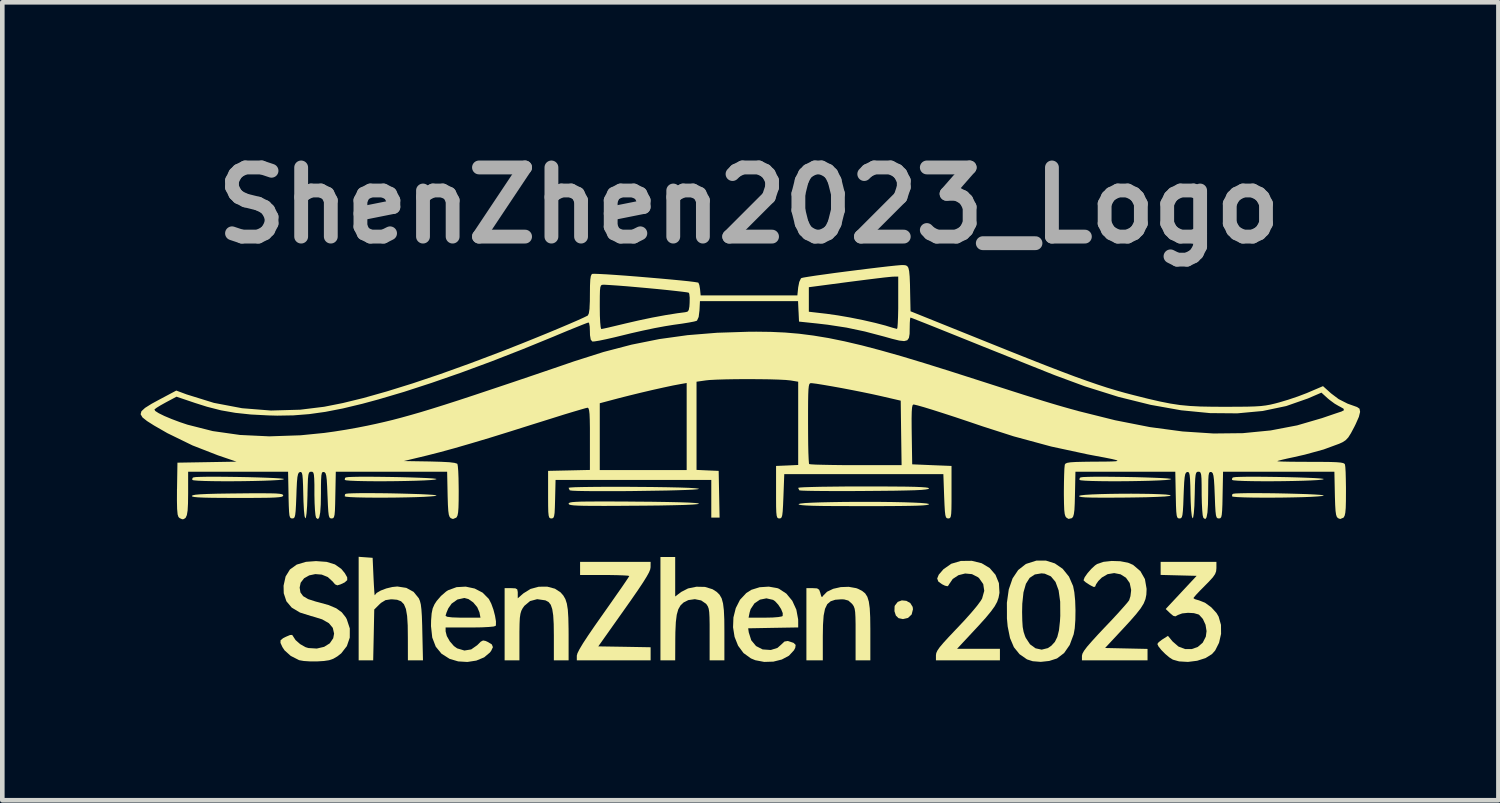
<source format=kicad_pcb>
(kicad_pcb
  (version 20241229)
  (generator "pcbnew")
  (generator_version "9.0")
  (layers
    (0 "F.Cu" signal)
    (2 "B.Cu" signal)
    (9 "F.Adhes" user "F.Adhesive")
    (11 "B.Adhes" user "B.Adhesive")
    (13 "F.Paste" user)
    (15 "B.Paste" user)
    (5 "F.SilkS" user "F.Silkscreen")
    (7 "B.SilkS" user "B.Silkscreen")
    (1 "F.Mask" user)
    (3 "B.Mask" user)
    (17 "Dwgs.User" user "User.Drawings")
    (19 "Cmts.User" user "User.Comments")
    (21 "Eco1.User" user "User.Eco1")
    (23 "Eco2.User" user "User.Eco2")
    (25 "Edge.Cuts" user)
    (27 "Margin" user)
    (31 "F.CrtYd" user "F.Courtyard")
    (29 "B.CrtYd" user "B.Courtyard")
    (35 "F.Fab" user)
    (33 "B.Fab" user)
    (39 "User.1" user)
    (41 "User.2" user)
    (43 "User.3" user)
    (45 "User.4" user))
  (footprint "ShenZhen2023_Logo"
    (layer "F.Cu")
    (at 13.197 7.004)
    (property "Reference" "ShenZhen2023_Logo" (at 0 -5.6 0) (layer "F.Fab") (effects (font (size 1.5 1.5) (thickness 0.3))))
    (attr board_only exclude_from_pos_files exclude_from_bom)
    (fp_poly (pts (xy 3.413 2.979) (xy 3.498 3.027) (xy 3.55 3.11) (xy 3.557 3.161) (xy 3.528 3.275) (xy 3.449 3.35) (xy 3.339 3.375) (xy 3.244 3.355) (xy 3.186 3.299) (xy 3.155 3.204) (xy 3.158 3.102) (xy 3.164 3.082) (xy 3.226 3.002) (xy 3.315 2.969)) (stroke (width 0) (type solid)) (fill yes) (layer "F.SilkS"))
    (fp_poly (pts (xy 8.518 0.657) (xy 8.725 0.66) (xy 8.902 0.666) (xy 9.04 0.673) (xy 9.126 0.684) (xy 9.151 0.694) (xy 9.119 0.705) (xy 9.019 0.716) (xy 8.851 0.724) (xy 8.62 0.732) (xy 8.328 0.737) (xy 8.152 0.739) (xy 7.848 0.741) (xy 7.609 0.741) (xy 7.428 0.739) (xy 7.298 0.735) (xy 7.215 0.728) (xy 7.17 0.718) (xy 7.159 0.705) (xy 7.159 0.703) (xy 7.197 0.691) (xy 7.295 0.68) (xy 7.442 0.671) (xy 7.626 0.664) (xy 7.837 0.659) (xy 8.064 0.656) (xy 8.294 0.655)) (stroke (width 0) (type solid)) (fill yes) (layer "F.SilkS"))
    (fp_poly (pts (xy -11.327 0.289) (xy -11.101 0.292) (xy -10.873 0.296) (xy -10.654 0.302) (xy -10.456 0.309) (xy -10.29 0.316) (xy -10.167 0.324) (xy -10.097 0.333) (xy -10.085 0.338) (xy -10.119 0.349) (xy -10.213 0.359) (xy -10.356 0.367) (xy -10.537 0.374) (xy -10.746 0.379) (xy -10.971 0.383) (xy -11.201 0.385) (xy -11.425 0.385) (xy -11.633 0.383) (xy -11.813 0.379) (xy -11.954 0.373) (xy -12.046 0.365) (xy -12.077 0.356) (xy -12.071 0.314) (xy -12.052 0.302) (xy -11.999 0.294) (xy -11.888 0.29) (xy -11.732 0.287) (xy -11.542 0.287)) (stroke (width 0) (type solid)) (fill yes) (layer "F.SilkS"))
    (fp_poly (pts (xy -8.019 0.289) (xy -7.792 0.292) (xy -7.564 0.296) (xy -7.346 0.302) (xy -7.148 0.309) (xy -6.982 0.316) (xy -6.858 0.324) (xy -6.788 0.333) (xy -6.777 0.338) (xy -6.811 0.349) (xy -6.905 0.359) (xy -7.048 0.367) (xy -7.229 0.374) (xy -7.437 0.379) (xy -7.662 0.383) (xy -7.892 0.385) (xy -8.117 0.385) (xy -8.324 0.383) (xy -8.505 0.379) (xy -8.646 0.373) (xy -8.738 0.365) (xy -8.769 0.356) (xy -8.763 0.314) (xy -8.744 0.302) (xy -8.69 0.294) (xy -8.58 0.29) (xy -8.424 0.287) (xy -8.233 0.287)) (stroke (width 0) (type solid)) (fill yes) (layer "F.SilkS"))
    (fp_poly (pts (xy -8.019 0.644) (xy -7.792 0.647) (xy -7.564 0.652) (xy -7.346 0.658) (xy -7.148 0.664) (xy -6.982 0.672) (xy -6.858 0.68) (xy -6.788 0.689) (xy -6.777 0.694) (xy -6.811 0.705) (xy -6.905 0.714) (xy -7.048 0.723) (xy -7.229 0.73) (xy -7.437 0.735) (xy -7.662 0.739) (xy -7.892 0.741) (xy -8.117 0.741) (xy -8.324 0.739) (xy -8.505 0.735) (xy -8.646 0.729) (xy -8.738 0.721) (xy -8.769 0.712) (xy -8.763 0.669) (xy -8.744 0.657) (xy -8.69 0.65) (xy -8.58 0.646) (xy -8.424 0.643) (xy -8.233 0.643)) (stroke (width 0) (type solid)) (fill yes) (layer "F.SilkS"))
    (fp_poly (pts (xy 7.918 0.289) (xy 8.145 0.292) (xy 8.373 0.296) (xy 8.591 0.302) (xy 8.789 0.309) (xy 8.956 0.316) (xy 9.079 0.324) (xy 9.149 0.333) (xy 9.16 0.338) (xy 9.127 0.349) (xy 9.033 0.359) (xy 8.89 0.367) (xy 8.708 0.374) (xy 8.5 0.379) (xy 8.275 0.383) (xy 8.045 0.385) (xy 7.821 0.385) (xy 7.613 0.383) (xy 7.433 0.379) (xy 7.291 0.373) (xy 7.199 0.365) (xy 7.168 0.356) (xy 7.174 0.314) (xy 7.193 0.302) (xy 7.247 0.294) (xy 7.357 0.29) (xy 7.513 0.287) (xy 7.704 0.287)) (stroke (width 0) (type solid)) (fill yes) (layer "F.SilkS"))
    (fp_poly (pts (xy 11.227 0.289) (xy 11.453 0.292) (xy 11.681 0.296) (xy 11.9 0.302) (xy 12.098 0.309) (xy 12.264 0.316) (xy 12.387 0.324) (xy 12.457 0.333) (xy 12.469 0.338) (xy 12.435 0.349) (xy 12.341 0.359) (xy 12.198 0.367) (xy 12.017 0.374) (xy 11.808 0.379) (xy 11.583 0.383) (xy 11.353 0.385) (xy 11.129 0.385) (xy 10.921 0.383) (xy 10.741 0.379) (xy 10.6 0.373) (xy 10.508 0.365) (xy 10.477 0.356) (xy 10.483 0.314) (xy 10.502 0.302) (xy 10.555 0.294) (xy 10.666 0.29) (xy 10.822 0.287) (xy 11.012 0.287)) (stroke (width 0) (type solid)) (fill yes) (layer "F.SilkS"))
    (fp_poly (pts (xy 11.227 0.644) (xy 11.453 0.647) (xy 11.681 0.652) (xy 11.9 0.658) (xy 12.098 0.664) (xy 12.264 0.672) (xy 12.387 0.68) (xy 12.457 0.689) (xy 12.469 0.694) (xy 12.435 0.705) (xy 12.341 0.714) (xy 12.198 0.723) (xy 12.017 0.73) (xy 11.808 0.735) (xy 11.583 0.739) (xy 11.353 0.741) (xy 11.129 0.741) (xy 10.921 0.739) (xy 10.741 0.735) (xy 10.6 0.729) (xy 10.508 0.721) (xy 10.477 0.712) (xy 10.483 0.669) (xy 10.502 0.657) (xy 10.555 0.65) (xy 10.666 0.646) (xy 10.822 0.643) (xy 11.012 0.643)) (stroke (width 0) (type solid)) (fill yes) (layer "F.SilkS"))
    (fp_poly (pts (xy -10.391 0.647) (xy -10.266 0.65) (xy -10.183 0.657) (xy -10.133 0.666) (xy -10.109 0.679) (xy -10.103 0.693) (xy -10.111 0.709) (xy -10.138 0.722) (xy -10.193 0.731) (xy -10.283 0.738) (xy -10.414 0.743) (xy -10.596 0.745) (xy -10.834 0.747) (xy -11.102 0.747) (xy -11.406 0.746) (xy -11.645 0.744) (xy -11.826 0.74) (xy -11.954 0.734) (xy -12.036 0.726) (xy -12.078 0.715) (xy -12.086 0.703) (xy -12.064 0.689) (xy -12.005 0.677) (xy -11.901 0.668) (xy -11.748 0.661) (xy -11.539 0.655) (xy -11.268 0.651) (xy -11.087 0.649) (xy -10.794 0.646) (xy -10.565 0.646)) (stroke (width 0) (type solid)) (fill yes) (layer "F.SilkS"))
    (fp_poly (pts (xy -2.602 0.506) (xy -2.499 0.507) (xy -2.107 0.51) (xy -1.776 0.515) (xy -1.507 0.521) (xy -1.303 0.528) (xy -1.164 0.537) (xy -1.094 0.546) (xy -1.085 0.551) (xy -1.119 0.559) (xy -1.215 0.567) (xy -1.364 0.574) (xy -1.556 0.58) (xy -1.782 0.586) (xy -2.033 0.59) (xy -2.299 0.594) (xy -2.572 0.598) (xy -2.842 0.6) (xy -3.1 0.6) (xy -3.337 0.6) (xy -3.543 0.598) (xy -3.709 0.595) (xy -3.826 0.59) (xy -3.884 0.583) (xy -3.889 0.581) (xy -3.913 0.53) (xy -3.913 0.527) (xy -3.879 0.521) (xy -3.781 0.515) (xy -3.627 0.511) (xy -3.425 0.508) (xy -3.181 0.506) (xy -2.904 0.505)) (stroke (width 0) (type solid)) (fill yes) (layer "F.SilkS"))
    (fp_poly (pts (xy -3.023 0.824) (xy -2.701 0.825) (xy -2.499 0.827) (xy -2.107 0.83) (xy -1.776 0.835) (xy -1.507 0.841) (xy -1.303 0.848) (xy -1.164 0.857) (xy -1.094 0.866) (xy -1.085 0.872) (xy -1.12 0.882) (xy -1.225 0.891) (xy -1.396 0.899) (xy -1.633 0.905) (xy -1.933 0.911) (xy -2.295 0.915) (xy -2.499 0.916) (xy -2.857 0.919) (xy -3.149 0.92) (xy -3.383 0.919) (xy -3.565 0.918) (xy -3.701 0.914) (xy -3.797 0.909) (xy -3.86 0.901) (xy -3.896 0.892) (xy -3.911 0.879) (xy -3.913 0.872) (xy -3.907 0.858) (xy -3.883 0.847) (xy -3.835 0.838) (xy -3.758 0.832) (xy -3.644 0.827) (xy -3.488 0.825) (xy -3.283 0.824)) (stroke (width 0) (type solid)) (fill yes) (layer "F.SilkS"))
    (fp_poly (pts (xy 2.863 0.833) (xy 3.122 0.836) (xy 3.359 0.841) (xy 3.565 0.848) (xy 3.73 0.856) (xy 3.845 0.866) (xy 3.901 0.877) (xy 3.904 0.88) (xy 3.894 0.892) (xy 3.852 0.901) (xy 3.773 0.909) (xy 3.651 0.915) (xy 3.482 0.919) (xy 3.259 0.922) (xy 2.977 0.924) (xy 2.632 0.925) (xy 2.49 0.925) (xy 2.12 0.924) (xy 1.816 0.923) (xy 1.573 0.921) (xy 1.385 0.917) (xy 1.246 0.911) (xy 1.152 0.904) (xy 1.097 0.896) (xy 1.076 0.885) (xy 1.076 0.88) (xy 1.114 0.869) (xy 1.214 0.858) (xy 1.367 0.85) (xy 1.563 0.843) (xy 1.792 0.838) (xy 2.046 0.834) (xy 2.316 0.832) (xy 2.591 0.832)) (stroke (width 0) (type solid)) (fill yes) (layer "F.SilkS"))
    (fp_poly (pts (xy 2.863 0.498) (xy 3.166 0.5) (xy 3.409 0.502) (xy 3.597 0.506) (xy 3.735 0.512) (xy 3.829 0.519) (xy 3.883 0.527) (xy 3.904 0.538) (xy 3.904 0.543) (xy 3.885 0.554) (xy 3.83 0.564) (xy 3.737 0.573) (xy 3.598 0.58) (xy 3.409 0.585) (xy 3.165 0.59) (xy 2.859 0.593) (xy 2.502 0.596) (xy 2.195 0.598) (xy 1.91 0.598) (xy 1.655 0.597) (xy 1.439 0.595) (xy 1.268 0.592) (xy 1.15 0.588) (xy 1.095 0.583) (xy 1.091 0.581) (xy 1.067 0.531) (xy 1.067 0.528) (xy 1.102 0.521) (xy 1.199 0.515) (xy 1.354 0.51) (xy 1.556 0.505) (xy 1.8 0.502) (xy 2.077 0.499) (xy 2.38 0.498) (xy 2.493 0.498)) (stroke (width 0) (type solid)) (fill yes) (layer "F.SilkS"))
    (fp_poly (pts (xy -2.135 2.25) (xy -2.143 2.298) (xy -2.17 2.364) (xy -2.221 2.456) (xy -2.298 2.58) (xy -2.406 2.742) (xy -2.549 2.949) (xy -2.702 3.166) (xy -3.269 3.967) (xy -2.702 3.976) (xy -2.134 3.986) (xy -2.134 4.127) (xy -2.134 4.269) (xy -2.935 4.269) (xy -3.735 4.269) (xy -3.735 4.168) (xy -3.721 4.116) (xy -3.677 4.028) (xy -3.601 3.901) (xy -3.489 3.73) (xy -3.339 3.511) (xy -3.166 3.265) (xy -3.018 3.055) (xy -2.884 2.863) (xy -2.769 2.699) (xy -2.68 2.569) (xy -2.621 2.48) (xy -2.597 2.441) (xy -2.597 2.44) (xy -2.63 2.433) (xy -2.723 2.427) (xy -2.862 2.422) (xy -3.035 2.419) (xy -3.131 2.419) (xy -3.664 2.419) (xy -3.664 2.277) (xy -3.664 2.134) (xy -2.899 2.134) (xy -2.134 2.134)) (stroke (width 0) (type solid)) (fill yes) (layer "F.SilkS"))
    (fp_poly (pts (xy -8.315 2.035) (xy -8.164 2.046) (xy -8.145 2.472) (xy -8.137 2.632) (xy -8.129 2.758) (xy -8.123 2.838) (xy -8.118 2.859) (xy -8.118 2.858) (xy -8.078 2.808) (xy -7.988 2.756) (xy -7.867 2.71) (xy -7.737 2.679) (xy -7.628 2.668) (xy -7.433 2.698) (xy -7.275 2.785) (xy -7.162 2.924) (xy -7.138 2.982) (xy -7.119 3.057) (xy -7.106 3.163) (xy -7.096 3.311) (xy -7.089 3.512) (xy -7.086 3.655) (xy -7.072 4.269) (xy -7.236 4.269) (xy -7.399 4.269) (xy -7.4 3.78) (xy -7.403 3.511) (xy -7.416 3.306) (xy -7.442 3.156) (xy -7.485 3.053) (xy -7.547 2.989) (xy -7.633 2.956) (xy -7.745 2.946) (xy -7.767 2.946) (xy -7.885 2.964) (xy -7.983 3.024) (xy -8.019 3.058) (xy -8.129 3.167) (xy -8.14 3.718) (xy -8.152 4.269) (xy -8.309 4.269) (xy -8.467 4.269) (xy -8.467 3.146) (xy -8.467 2.024)) (stroke (width 0) (type solid)) (fill yes) (layer "F.SilkS"))
    (fp_poly (pts (xy -1.601 2.456) (xy -1.601 2.885) (xy -1.472 2.787) (xy -1.322 2.71) (xy -1.14 2.673) (xy -0.955 2.677) (xy -0.795 2.726) (xy -0.785 2.731) (xy -0.702 2.784) (xy -0.639 2.846) (xy -0.593 2.926) (xy -0.563 3.036) (xy -0.545 3.185) (xy -0.536 3.384) (xy -0.534 3.643) (xy -0.534 3.655) (xy -0.534 4.269) (xy -0.694 4.269) (xy -0.854 4.269) (xy -0.854 3.702) (xy -0.854 3.488) (xy -0.857 3.333) (xy -0.863 3.225) (xy -0.874 3.151) (xy -0.892 3.101) (xy -0.917 3.061) (xy -0.934 3.041) (xy -1.038 2.97) (xy -1.174 2.943) (xy -1.316 2.963) (xy -1.418 3.014) (xy -1.485 3.078) (xy -1.534 3.163) (xy -1.567 3.28) (xy -1.587 3.44) (xy -1.597 3.654) (xy -1.599 3.798) (xy -1.601 4.269) (xy -1.761 4.269) (xy -1.921 4.269) (xy -1.921 3.148) (xy -1.921 2.028) (xy -1.761 2.028) (xy -1.601 2.028)) (stroke (width 0) (type solid)) (fill yes) (layer "F.SilkS"))
    (fp_poly (pts (xy -4.209 2.716) (xy -4.088 2.795) (xy -4.028 2.863) (xy -3.983 2.941) (xy -3.951 3.04) (xy -3.93 3.172) (xy -3.919 3.348) (xy -3.914 3.578) (xy -3.913 3.709) (xy -3.913 4.269) (xy -4.073 4.269) (xy -4.233 4.269) (xy -4.233 3.734) (xy -4.236 3.483) (xy -4.247 3.294) (xy -4.268 3.158) (xy -4.3 3.065) (xy -4.347 3.005) (xy -4.411 2.971) (xy -4.42 2.968) (xy -4.595 2.943) (xy -4.749 2.984) (xy -4.874 3.089) (xy -4.911 3.142) (xy -4.939 3.196) (xy -4.958 3.261) (xy -4.971 3.35) (xy -4.977 3.477) (xy -4.98 3.654) (xy -4.98 3.762) (xy -4.98 4.269) (xy -5.14 4.269) (xy -5.301 4.269) (xy -5.301 3.486) (xy -5.301 2.704) (xy -5.158 2.704) (xy -5.067 2.708) (xy -5.027 2.731) (xy -5.016 2.788) (xy -5.016 2.814) (xy -5.016 2.924) (xy -4.892 2.816) (xy -4.739 2.721) (xy -4.561 2.673) (xy -4.378 2.671)) (stroke (width 0) (type solid)) (fill yes) (layer "F.SilkS"))
    (fp_poly (pts (xy 2.326 2.704) (xy 2.366 2.719) (xy 2.453 2.763) (xy 2.519 2.816) (xy 2.567 2.891) (xy 2.599 2.995) (xy 2.619 3.139) (xy 2.629 3.334) (xy 2.632 3.587) (xy 2.632 3.637) (xy 2.632 4.269) (xy 2.472 4.269) (xy 2.312 4.269) (xy 2.312 3.702) (xy 2.312 3.488) (xy 2.309 3.333) (xy 2.303 3.225) (xy 2.292 3.152) (xy 2.274 3.101) (xy 2.249 3.061) (xy 2.23 3.039) (xy 2.155 2.973) (xy 2.062 2.948) (xy 2.001 2.946) (xy 1.87 2.956) (xy 1.771 2.989) (xy 1.698 3.051) (xy 1.649 3.152) (xy 1.619 3.3) (xy 1.605 3.502) (xy 1.601 3.751) (xy 1.601 4.269) (xy 1.423 4.269) (xy 1.245 4.269) (xy 1.245 3.486) (xy 1.245 2.704) (xy 1.385 2.704) (xy 1.477 2.709) (xy 1.522 2.738) (xy 1.547 2.806) (xy 1.549 2.816) (xy 1.569 2.887) (xy 1.589 2.895) (xy 1.607 2.869) (xy 1.693 2.782) (xy 1.827 2.718) (xy 1.991 2.681) (xy 2.163 2.675)) (stroke (width 0) (type solid)) (fill yes) (layer "F.SilkS"))
    (fp_poly (pts (xy 5.046 2.163) (xy 5.22 2.267) (xy 5.347 2.414) (xy 5.421 2.595) (xy 5.433 2.801) (xy 5.431 2.816) (xy 5.414 2.909) (xy 5.383 3) (xy 5.33 3.097) (xy 5.249 3.209) (xy 5.135 3.347) (xy 4.979 3.52) (xy 4.872 3.635) (xy 4.513 4.02) (xy 4.978 4.02) (xy 5.443 4.02) (xy 5.443 4.144) (xy 5.443 4.269) (xy 4.749 4.269) (xy 4.055 4.269) (xy 4.055 4.159) (xy 4.062 4.112) (xy 4.087 4.057) (xy 4.136 3.986) (xy 4.216 3.891) (xy 4.333 3.763) (xy 4.493 3.594) (xy 4.523 3.563) (xy 4.687 3.388) (xy 4.831 3.226) (xy 4.947 3.087) (xy 5.026 2.98) (xy 5.056 2.93) (xy 5.103 2.762) (xy 5.081 2.616) (xy 4.992 2.489) (xy 4.969 2.468) (xy 4.837 2.4) (xy 4.689 2.386) (xy 4.543 2.423) (xy 4.419 2.505) (xy 4.336 2.626) (xy 4.331 2.639) (xy 4.306 2.663) (xy 4.25 2.65) (xy 4.189 2.62) (xy 4.107 2.561) (xy 4.082 2.495) (xy 4.116 2.412) (xy 4.21 2.303) (xy 4.22 2.292) (xy 4.387 2.175) (xy 4.594 2.114) (xy 4.833 2.111)) (stroke (width 0) (type solid)) (fill yes) (layer "F.SilkS"))
    (fp_poly (pts (xy 8.053 2.12) (xy 8.222 2.152) (xy 8.331 2.199) (xy 8.49 2.335) (xy 8.588 2.507) (xy 8.624 2.715) (xy 8.624 2.739) (xy 8.619 2.846) (xy 8.6 2.941) (xy 8.562 3.036) (xy 8.497 3.141) (xy 8.4 3.265) (xy 8.264 3.421) (xy 8.111 3.587) (xy 7.724 4.002) (xy 8.184 4.012) (xy 8.645 4.022) (xy 8.645 4.145) (xy 8.645 4.269) (xy 7.933 4.269) (xy 7.222 4.269) (xy 7.222 4.171) (xy 7.233 4.125) (xy 7.268 4.062) (xy 7.334 3.974) (xy 7.436 3.857) (xy 7.578 3.701) (xy 7.714 3.557) (xy 7.868 3.395) (xy 8.006 3.246) (xy 8.12 3.118) (xy 8.203 3.023) (xy 8.245 2.968) (xy 8.247 2.964) (xy 8.274 2.878) (xy 8.288 2.764) (xy 8.289 2.739) (xy 8.258 2.592) (xy 8.177 2.478) (xy 8.06 2.404) (xy 7.922 2.377) (xy 7.778 2.401) (xy 7.653 2.474) (xy 7.577 2.55) (xy 7.528 2.621) (xy 7.524 2.632) (xy 7.507 2.673) (xy 7.477 2.678) (xy 7.416 2.648) (xy 7.38 2.627) (xy 7.302 2.576) (xy 7.26 2.537) (xy 7.257 2.531) (xy 7.281 2.468) (xy 7.342 2.381) (xy 7.423 2.288) (xy 7.506 2.211) (xy 7.552 2.18) (xy 7.691 2.133) (xy 7.867 2.114)) (stroke (width 0) (type solid)) (fill yes) (layer "F.SilkS"))
    (fp_poly (pts (xy 0.613 2.703) (xy 0.65 2.717) (xy 0.81 2.822) (xy 0.939 2.978) (xy 1.027 3.17) (xy 1.066 3.381) (xy 1.067 3.419) (xy 1.067 3.556) (xy 0.525 3.565) (xy -0.018 3.575) (xy -0.005 3.664) (xy 0.049 3.835) (xy 0.153 3.96) (xy 0.295 4.033) (xy 0.466 4.045) (xy 0.477 4.044) (xy 0.617 4) (xy 0.699 3.928) (xy 0.769 3.862) (xy 0.839 3.85) (xy 0.859 3.855) (xy 0.967 3.891) (xy 1.012 3.935) (xy 1.003 3.999) (xy 0.975 4.052) (xy 0.867 4.169) (xy 0.712 4.252) (xy 0.528 4.298) (xy 0.33 4.304) (xy 0.136 4.267) (xy 0.042 4.228) (xy -0.119 4.112) (xy -0.237 3.952) (xy -0.313 3.761) (xy -0.346 3.553) (xy -0.338 3.344) (xy -0.009 3.344) (xy 0.349 3.344) (xy 0.51 3.341) (xy 0.636 3.331) (xy 0.713 3.317) (xy 0.73 3.308) (xy 0.732 3.246) (xy 0.696 3.157) (xy 0.635 3.063) (xy 0.564 2.986) (xy 0.522 2.958) (xy 0.378 2.925) (xy 0.238 2.953) (xy 0.118 3.034) (xy 0.036 3.158) (xy 0.014 3.23) (xy -0.009 3.344) (xy -0.338 3.344) (xy -0.338 3.34) (xy -0.287 3.137) (xy -0.195 2.956) (xy -0.06 2.811) (xy 0.051 2.74) (xy 0.231 2.684) (xy 0.429 2.671)) (stroke (width 0) (type solid)) (fill yes) (layer "F.SilkS"))
    (fp_poly (pts (xy 6.634 2.167) (xy 6.804 2.284) (xy 6.941 2.454) (xy 7.03 2.658) (xy 7.057 2.793) (xy 7.075 2.976) (xy 7.082 3.183) (xy 7.079 3.39) (xy 7.066 3.574) (xy 7.043 3.704) (xy 6.957 3.936) (xy 6.835 4.112) (xy 6.683 4.227) (xy 6.677 4.23) (xy 6.513 4.283) (xy 6.329 4.303) (xy 6.154 4.289) (xy 6.03 4.249) (xy 5.868 4.136) (xy 5.746 3.985) (xy 5.662 3.787) (xy 5.611 3.535) (xy 5.595 3.362) (xy 5.595 3.219) (xy 5.924 3.219) (xy 5.928 3.409) (xy 5.937 3.547) (xy 5.957 3.653) (xy 5.988 3.746) (xy 6.003 3.781) (xy 6.096 3.922) (xy 6.216 4.009) (xy 6.349 4.038) (xy 6.484 4.004) (xy 6.558 3.953) (xy 6.635 3.869) (xy 6.688 3.762) (xy 6.724 3.618) (xy 6.745 3.425) (xy 6.752 3.306) (xy 6.75 2.997) (xy 6.716 2.752) (xy 6.649 2.569) (xy 6.549 2.449) (xy 6.416 2.39) (xy 6.344 2.383) (xy 6.2 2.407) (xy 6.088 2.481) (xy 6.007 2.609) (xy 5.954 2.794) (xy 5.928 3.04) (xy 5.924 3.219) (xy 5.595 3.219) (xy 5.594 3.021) (xy 5.635 2.731) (xy 5.717 2.493) (xy 5.839 2.311) (xy 5.999 2.185) (xy 6.019 2.175) (xy 6.232 2.107) (xy 6.44 2.106)) (stroke (width 0) (type solid)) (fill yes) (layer "F.SilkS"))
    (fp_poly (pts (xy 10.139 2.269) (xy 10.133 2.337) (xy 10.11 2.399) (xy 10.061 2.47) (xy 9.975 2.564) (xy 9.89 2.65) (xy 9.784 2.757) (xy 9.7 2.846) (xy 9.65 2.905) (xy 9.641 2.921) (xy 9.672 2.943) (xy 9.747 2.965) (xy 9.757 2.967) (xy 9.891 3.02) (xy 10.027 3.119) (xy 10.141 3.243) (xy 10.187 3.321) (xy 10.238 3.5) (xy 10.24 3.696) (xy 10.196 3.889) (xy 10.112 4.056) (xy 10.043 4.134) (xy 9.903 4.221) (xy 9.721 4.279) (xy 9.522 4.304) (xy 9.33 4.293) (xy 9.195 4.255) (xy 9.119 4.207) (xy 9.029 4.131) (xy 8.943 4.044) (xy 8.881 3.966) (xy 8.858 3.915) (xy 8.885 3.878) (xy 8.953 3.825) (xy 8.973 3.812) (xy 9.088 3.739) (xy 9.188 3.86) (xy 9.316 3.971) (xy 9.459 4.025) (xy 9.603 4.026) (xy 9.735 3.979) (xy 9.842 3.887) (xy 9.909 3.756) (xy 9.925 3.636) (xy 9.903 3.498) (xy 9.845 3.372) (xy 9.766 3.284) (xy 9.749 3.274) (xy 9.65 3.246) (xy 9.522 3.239) (xy 9.396 3.252) (xy 9.304 3.286) (xy 9.301 3.288) (xy 9.249 3.316) (xy 9.202 3.304) (xy 9.135 3.248) (xy 9.039 3.156) (xy 9.375 2.796) (xy 9.71 2.437) (xy 9.32 2.427) (xy 8.929 2.417) (xy 8.929 2.276) (xy 8.929 2.134) (xy 9.534 2.134) (xy 10.139 2.134)) (stroke (width 0) (type solid)) (fill yes) (layer "F.SilkS"))
    (fp_poly (pts (xy -5.951 2.712) (xy -5.779 2.801) (xy -5.647 2.934) (xy -5.641 2.942) (xy -5.59 3.042) (xy -5.544 3.169) (xy -5.509 3.304) (xy -5.489 3.423) (xy -5.49 3.506) (xy -5.496 3.522) (xy -5.539 3.536) (xy -5.643 3.546) (xy -5.798 3.554) (xy -5.993 3.557) (xy -6.05 3.557) (xy -6.581 3.557) (xy -6.581 3.641) (xy -6.555 3.743) (xy -6.489 3.859) (xy -6.401 3.96) (xy -6.331 4.01) (xy -6.173 4.057) (xy -6.026 4.033) (xy -5.895 3.941) (xy -5.891 3.937) (xy -5.819 3.865) (xy -5.769 3.839) (xy -5.714 3.849) (xy -5.664 3.872) (xy -5.578 3.925) (xy -5.555 3.984) (xy -5.593 4.064) (xy -5.62 4.1) (xy -5.745 4.205) (xy -5.914 4.275) (xy -6.108 4.305) (xy -6.308 4.293) (xy -6.494 4.238) (xy -6.67 4.126) (xy -6.795 3.973) (xy -6.871 3.775) (xy -6.898 3.527) (xy -6.896 3.405) (xy -6.888 3.305) (xy -6.581 3.305) (xy -6.546 3.325) (xy -6.44 3.338) (xy -6.265 3.344) (xy -6.203 3.344) (xy -5.825 3.344) (xy -5.847 3.228) (xy -5.895 3.117) (xy -5.981 3.014) (xy -6.085 2.941) (xy -6.174 2.917) (xy -6.324 2.95) (xy -6.451 3.04) (xy -6.523 3.143) (xy -6.561 3.233) (xy -6.581 3.298) (xy -6.581 3.305) (xy -6.888 3.305) (xy -6.884 3.253) (xy -6.862 3.145) (xy -6.823 3.056) (xy -6.775 2.982) (xy -6.681 2.873) (xy -6.57 2.777) (xy -6.526 2.749) (xy -6.343 2.682) (xy -6.145 2.671)) (stroke (width 0) (type solid)) (fill yes) (layer "F.SilkS"))
    (fp_poly (pts (xy -9.161 2.134) (xy -8.982 2.189) (xy -8.844 2.286) (xy -8.767 2.379) (xy -8.716 2.469) (xy -8.715 2.53) (xy -8.771 2.58) (xy -8.862 2.623) (xy -8.93 2.643) (xy -8.98 2.621) (xy -9.031 2.56) (xy -9.137 2.463) (xy -9.268 2.41) (xy -9.407 2.399) (xy -9.54 2.427) (xy -9.651 2.49) (xy -9.725 2.586) (xy -9.747 2.692) (xy -9.73 2.797) (xy -9.672 2.877) (xy -9.565 2.941) (xy -9.397 2.995) (xy -9.342 3.009) (xy -9.118 3.071) (xy -8.953 3.141) (xy -8.834 3.227) (xy -8.748 3.336) (xy -8.725 3.378) (xy -8.659 3.578) (xy -8.66 3.777) (xy -8.723 3.961) (xy -8.845 4.118) (xy -8.929 4.184) (xy -9.018 4.236) (xy -9.107 4.267) (xy -9.221 4.284) (xy -9.368 4.293) (xy -9.519 4.293) (xy -9.657 4.284) (xy -9.754 4.267) (xy -9.765 4.263) (xy -9.941 4.173) (xy -10.074 4.054) (xy -10.121 3.983) (xy -10.163 3.891) (xy -10.161 3.834) (xy -10.106 3.789) (xy -10.042 3.757) (xy -9.954 3.72) (xy -9.909 3.719) (xy -9.894 3.741) (xy -9.836 3.83) (xy -9.736 3.918) (xy -9.62 3.984) (xy -9.557 4.003) (xy -9.375 4.014) (xy -9.216 3.977) (xy -9.094 3.901) (xy -9.019 3.791) (xy -9 3.69) (xy -9.028 3.566) (xy -9.113 3.464) (xy -9.259 3.381) (xy -9.471 3.315) (xy -9.498 3.309) (xy -9.74 3.233) (xy -9.919 3.126) (xy -10.035 2.988) (xy -10.092 2.815) (xy -10.096 2.651) (xy -10.052 2.451) (xy -9.958 2.299) (xy -9.811 2.193) (xy -9.61 2.133) (xy -9.392 2.117)) (stroke (width 0) (type solid)) (fill yes) (layer "F.SilkS"))
    (fp_poly (pts (xy 3.39 -4.301) (xy 3.43 -4.285) (xy 3.457 -4.245) (xy 3.474 -4.172) (xy 3.485 -4.055) (xy 3.492 -3.884) (xy 3.495 -3.723) (xy 3.504 -3.302) (xy 5.176 -2.629) (xy 5.659 -2.435) (xy 6.083 -2.266) (xy 6.455 -2.12) (xy 6.782 -1.994) (xy 7.069 -1.886) (xy 7.325 -1.794) (xy 7.554 -1.715) (xy 7.765 -1.646) (xy 7.964 -1.586) (xy 8.158 -1.531) (xy 8.342 -1.483) (xy 8.653 -1.405) (xy 8.913 -1.345) (xy 9.14 -1.3) (xy 9.351 -1.268) (xy 9.564 -1.248) (xy 9.795 -1.236) (xy 10.064 -1.231) (xy 10.334 -1.23) (xy 10.601 -1.231) (xy 10.809 -1.233) (xy 10.971 -1.238) (xy 11.1 -1.246) (xy 11.208 -1.259) (xy 11.309 -1.277) (xy 11.414 -1.302) (xy 11.5 -1.325) (xy 11.695 -1.383) (xy 11.908 -1.455) (xy 12.1 -1.528) (xy 12.149 -1.549) (xy 12.451 -1.678) (xy 12.626 -1.521) (xy 12.79 -1.397) (xy 12.985 -1.298) (xy 13.19 -1.225) (xy 13.243 -1.189) (xy 13.256 -1.12) (xy 13.229 -1.011) (xy 13.16 -0.855) (xy 13.132 -0.798) (xy 13.057 -0.657) (xy 12.999 -0.565) (xy 12.942 -0.505) (xy 12.874 -0.461) (xy 12.804 -0.429) (xy 12.464 -0.304) (xy 12.056 -0.192) (xy 11.823 -0.139) (xy 11.674 -0.107) (xy 11.554 -0.079) (xy 11.477 -0.058) (xy 11.458 -0.051) (xy 11.488 -0.046) (xy 11.578 -0.042) (xy 11.718 -0.039) (xy 11.899 -0.037) (xy 12.111 -0.036) (xy 12.174 -0.036) (xy 12.424 -0.035) (xy 12.611 -0.033) (xy 12.745 -0.028) (xy 12.835 -0.02) (xy 12.89 -0.009) (xy 12.918 0.007) (xy 12.927 0.021) (xy 12.935 0.075) (xy 12.942 0.186) (xy 12.946 0.34) (xy 12.949 0.522) (xy 12.949 0.603) (xy 12.948 0.815) (xy 12.944 0.966) (xy 12.935 1.068) (xy 12.921 1.131) (xy 12.901 1.168) (xy 12.893 1.176) (xy 12.824 1.204) (xy 12.777 1.186) (xy 12.752 1.16) (xy 12.735 1.111) (xy 12.723 1.028) (xy 12.715 0.899) (xy 12.709 0.713) (xy 12.708 0.663) (xy 12.698 0.178) (xy 11.49 0.178) (xy 10.283 0.178) (xy 10.273 0.685) (xy 10.269 0.884) (xy 10.263 1.023) (xy 10.255 1.112) (xy 10.243 1.163) (xy 10.224 1.186) (xy 10.198 1.192) (xy 10.192 1.192) (xy 10.164 1.188) (xy 10.143 1.168) (xy 10.129 1.121) (xy 10.119 1.037) (xy 10.111 0.904) (xy 10.104 0.713) (xy 10.103 0.694) (xy 10.095 0.495) (xy 10.086 0.356) (xy 10.075 0.266) (xy 10.06 0.214) (xy 10.04 0.19) (xy 10.023 0.185) (xy 9.998 0.185) (xy 9.98 0.206) (xy 9.969 0.258) (xy 9.963 0.352) (xy 9.961 0.498) (xy 9.96 0.647) (xy 9.956 0.889) (xy 9.945 1.061) (xy 9.925 1.167) (xy 9.897 1.207) (xy 9.86 1.182) (xy 9.855 1.174) (xy 9.841 1.12) (xy 9.831 1.01) (xy 9.823 0.859) (xy 9.819 0.682) (xy 9.819 0.649) (xy 9.818 0.458) (xy 9.815 0.327) (xy 9.808 0.245) (xy 9.795 0.2) (xy 9.775 0.181) (xy 9.748 0.178) (xy 9.721 0.182) (xy 9.701 0.202) (xy 9.688 0.248) (xy 9.679 0.331) (xy 9.673 0.462) (xy 9.669 0.651) (xy 9.668 0.685) (xy 9.661 0.917) (xy 9.649 1.079) (xy 9.635 1.17) (xy 9.62 1.19) (xy 9.605 1.139) (xy 9.591 1.017) (xy 9.581 0.825) (xy 9.577 0.682) (xy 9.573 0.482) (xy 9.567 0.343) (xy 9.559 0.253) (xy 9.546 0.204) (xy 9.528 0.185) (xy 9.506 0.185) (xy 9.481 0.197) (xy 9.463 0.231) (xy 9.45 0.298) (xy 9.44 0.407) (xy 9.432 0.57) (xy 9.427 0.694) (xy 9.42 0.891) (xy 9.412 1.028) (xy 9.402 1.116) (xy 9.388 1.165) (xy 9.368 1.187) (xy 9.341 1.192) (xy 9.338 1.192) (xy 9.31 1.188) (xy 9.29 1.169) (xy 9.277 1.124) (xy 9.268 1.042) (xy 9.262 0.913) (xy 9.258 0.726) (xy 9.257 0.685) (xy 9.247 0.178) (xy 8.164 0.178) (xy 7.081 0.178) (xy 7.071 0.663) (xy 7.066 0.864) (xy 7.059 1.004) (xy 7.047 1.096) (xy 7.031 1.152) (xy 7.008 1.182) (xy 7.002 1.186) (xy 6.932 1.202) (xy 6.887 1.176) (xy 6.864 1.147) (xy 6.848 1.094) (xy 6.838 1.006) (xy 6.833 0.874) (xy 6.83 0.685) (xy 6.83 0.603) (xy 6.832 0.413) (xy 6.836 0.246) (xy 6.841 0.115) (xy 6.849 0.035) (xy 6.852 0.021) (xy 6.869 0.000085) (xy 6.907 -0.015) (xy 6.977 -0.026) (xy 7.088 -0.033) (xy 7.25 -0.037) (xy 7.472 -0.04) (xy 7.501 -0.04) (xy 7.713 -0.041) (xy 7.868 -0.044) (xy 7.962 -0.049) (xy 7.996 -0.059) (xy 7.967 -0.074) (xy 7.873 -0.097) (xy 7.714 -0.129) (xy 7.487 -0.171) (xy 7.346 -0.198) (xy 6.556 -0.368) (xy 5.741 -0.589) (xy 5.069 -0.805) (xy 4.762 -0.909) (xy 4.473 -1.006) (xy 4.211 -1.091) (xy 3.982 -1.164) (xy 3.796 -1.221) (xy 3.658 -1.26) (xy 3.578 -1.279) (xy 3.566 -1.28) (xy 3.549 -1.265) (xy 3.537 -1.215) (xy 3.53 -1.121) (xy 3.527 -0.976) (xy 3.528 -0.772) (xy 3.53 -0.631) (xy 3.54 0.018) (xy 3.967 0.036) (xy 4.393 0.053) (xy 4.393 0.623) (xy 4.393 0.835) (xy 4.391 0.987) (xy 4.386 1.089) (xy 4.377 1.149) (xy 4.362 1.18) (xy 4.34 1.191) (xy 4.322 1.192) (xy 4.293 1.187) (xy 4.273 1.167) (xy 4.259 1.119) (xy 4.249 1.033) (xy 4.241 0.898) (xy 4.233 0.711) (xy 4.216 0.231) (xy 2.49 0.231) (xy 0.765 0.231) (xy 0.747 0.711) (xy 0.739 0.905) (xy 0.731 1.038) (xy 0.721 1.122) (xy 0.707 1.168) (xy 0.686 1.188) (xy 0.658 1.192) (xy 0.632 1.188) (xy 0.613 1.172) (xy 0.6 1.131) (xy 0.592 1.057) (xy 0.588 0.938) (xy 0.587 0.765) (xy 0.587 0.623) (xy 0.587 0.053) (xy 0.827 0.043) (xy 1.067 0.032) (xy 1.067 -0.871) (xy 1.067 -0.877) (xy 1.281 -0.877) (xy 1.282 -0.636) (xy 1.284 -0.419) (xy 1.288 -0.235) (xy 1.294 -0.096) (xy 1.3 -0.011) (xy 1.304 0.012) (xy 1.345 0.018) (xy 1.447 0.024) (xy 1.602 0.028) (xy 1.8 0.032) (xy 2.032 0.035) (xy 2.288 0.036) (xy 2.319 0.036) (xy 3.31 0.036) (xy 3.3 -0.664) (xy 3.291 -1.363) (xy 2.846 -1.466) (xy 2.665 -1.506) (xy 2.457 -1.549) (xy 2.235 -1.593) (xy 2.011 -1.636) (xy 1.799 -1.674) (xy 1.612 -1.706) (xy 1.463 -1.73) (xy 1.366 -1.742) (xy 1.344 -1.743) (xy 1.324 -1.739) (xy 1.309 -1.721) (xy 1.298 -1.68) (xy 1.29 -1.609) (xy 1.285 -1.499) (xy 1.282 -1.343) (xy 1.281 -1.131) (xy 1.281 -0.877) (xy 1.067 -0.877) (xy 1.067 -1.774) (xy 0.898 -1.802) (xy 0.796 -1.812) (xy 0.636 -1.82) (xy 0.435 -1.826) (xy 0.205 -1.829) (xy -0.038 -1.83) (xy -0.28 -1.829) (xy -0.507 -1.825) (xy -0.704 -1.819) (xy -0.858 -1.811) (xy -0.934 -1.803) (xy -1.138 -1.774) (xy -1.138 -0.817) (xy -1.138 0.139) (xy -0.898 0.15) (xy -0.658 0.16) (xy -0.648 0.667) (xy -0.638 1.174) (xy -0.728 1.174) (xy -0.818 1.174) (xy -0.818 0.765) (xy -0.818 0.356) (xy -2.507 0.356) (xy -4.196 0.356) (xy -4.206 0.774) (xy -4.211 0.952) (xy -4.217 1.071) (xy -4.228 1.142) (xy -4.244 1.178) (xy -4.269 1.191) (xy -4.287 1.192) (xy -4.314 1.188) (xy -4.334 1.17) (xy -4.346 1.127) (xy -4.354 1.048) (xy -4.357 0.923) (xy -4.358 0.74) (xy -4.358 0.676) (xy -4.358 0.16) (xy -3.904 0.15) (xy -3.548 0.142) (xy -3.237 0.142) (xy -2.295 0.142) (xy -1.352 0.142) (xy -1.352 -0.802) (xy -1.352 -1.746) (xy -1.485 -1.723) (xy -1.645 -1.693) (xy -1.856 -1.648) (xy -2.098 -1.594) (xy -2.353 -1.534) (xy -2.602 -1.473) (xy -2.819 -1.418) (xy -3.237 -1.307) (xy -3.237 -0.582) (xy -3.237 0.142) (xy -3.548 0.142) (xy -3.451 0.14) (xy -3.451 -0.535) (xy -3.451 -0.773) (xy -3.454 -0.949) (xy -3.459 -1.072) (xy -3.468 -1.15) (xy -3.48 -1.193) (xy -3.497 -1.209) (xy -3.504 -1.21) (xy -3.549 -1.199) (xy -3.654 -1.169) (xy -3.81 -1.123) (xy -4.009 -1.063) (xy -4.241 -0.99) (xy -4.499 -0.909) (xy -4.669 -0.856) (xy -5.179 -0.695) (xy -5.63 -0.555) (xy -6.029 -0.436) (xy -6.384 -0.333) (xy -6.702 -0.246) (xy -6.992 -0.172) (xy -7.133 -0.138) (xy -7.488 -0.053) (xy -6.921 -0.044) (xy -6.679 -0.037) (xy -6.504 -0.028) (xy -6.39 -0.014) (xy -6.333 0.003) (xy -6.325 0.01) (xy -6.316 0.059) (xy -6.307 0.166) (xy -6.301 0.317) (xy -6.298 0.498) (xy -6.297 0.592) (xy -6.298 0.805) (xy -6.302 0.958) (xy -6.31 1.062) (xy -6.323 1.128) (xy -6.342 1.166) (xy -6.353 1.176) (xy -6.421 1.204) (xy -6.469 1.186) (xy -6.493 1.16) (xy -6.511 1.111) (xy -6.523 1.028) (xy -6.531 0.899) (xy -6.537 0.713) (xy -6.538 0.663) (xy -6.548 0.178) (xy -7.755 0.178) (xy -8.963 0.178) (xy -8.973 0.685) (xy -8.977 0.884) (xy -8.982 1.023) (xy -8.99 1.112) (xy -9.003 1.163) (xy -9.021 1.186) (xy -9.048 1.192) (xy -9.054 1.192) (xy -9.082 1.188) (xy -9.102 1.168) (xy -9.116 1.121) (xy -9.126 1.037) (xy -9.134 0.904) (xy -9.142 0.713) (xy -9.143 0.694) (xy -9.151 0.495) (xy -9.159 0.356) (xy -9.17 0.266) (xy -9.185 0.214) (xy -9.206 0.19) (xy -9.223 0.185) (xy -9.248 0.185) (xy -9.265 0.206) (xy -9.276 0.258) (xy -9.282 0.352) (xy -9.285 0.498) (xy -9.285 0.647) (xy -9.289 0.889) (xy -9.301 1.061) (xy -9.321 1.167) (xy -9.349 1.207) (xy -9.385 1.182) (xy -9.391 1.174) (xy -9.404 1.12) (xy -9.415 1.01) (xy -9.423 0.859) (xy -9.427 0.682) (xy -9.427 0.649) (xy -9.427 0.458) (xy -9.431 0.327) (xy -9.438 0.245) (xy -9.45 0.2) (xy -9.47 0.181) (xy -9.497 0.178) (xy -9.525 0.182) (xy -9.545 0.202) (xy -9.558 0.248) (xy -9.567 0.331) (xy -9.572 0.462) (xy -9.577 0.651) (xy -9.577 0.685) (xy -9.585 0.917) (xy -9.597 1.079) (xy -9.611 1.17) (xy -9.626 1.19) (xy -9.641 1.139) (xy -9.654 1.017) (xy -9.664 0.825) (xy -9.668 0.682) (xy -9.673 0.482) (xy -9.679 0.343) (xy -9.687 0.253) (xy -9.699 0.204) (xy -9.718 0.185) (xy -9.739 0.185) (xy -9.764 0.197) (xy -9.782 0.231) (xy -9.796 0.298) (xy -9.806 0.407) (xy -9.814 0.57) (xy -9.818 0.694) (xy -9.826 0.891) (xy -9.834 1.028) (xy -9.844 1.116) (xy -9.857 1.165) (xy -9.877 1.187) (xy -9.905 1.192) (xy -9.907 1.192) (xy -9.935 1.188) (xy -9.955 1.169) (xy -9.969 1.124) (xy -9.977 1.042) (xy -9.983 0.913) (xy -9.988 0.726) (xy -9.988 0.685) (xy -9.998 0.178) (xy -11.082 0.178) (xy -12.166 0.178) (xy -12.166 0.651) (xy -12.169 0.866) (xy -12.177 1.019) (xy -12.194 1.12) (xy -12.221 1.179) (xy -12.261 1.206) (xy -12.294 1.21) (xy -12.35 1.185) (xy -12.376 1.16) (xy -12.394 1.105) (xy -12.405 0.988) (xy -12.409 0.806) (xy -12.408 0.556) (xy -12.407 0.547) (xy -12.398 -0.018) (xy -11.757 -0.029) (xy -11.117 -0.04) (xy -11.522 -0.178) (xy -12.071 -0.392) (xy -12.616 -0.658) (xy -12.905 -0.824) (xy -13.058 -0.921) (xy -13.156 -0.999) (xy -13.197 -1.068) (xy -13.179 -1.134) (xy -13.139 -1.171) (xy -12.897 -1.171) (xy -12.879 -1.139) (xy -12.804 -1.091) (xy -12.682 -1.031) (xy -12.525 -0.965) (xy -12.344 -0.897) (xy -12.18 -0.842) (xy -11.632 -0.703) (xy -11.041 -0.619) (xy -10.406 -0.589) (xy -9.726 -0.612) (xy -9.214 -0.663) (xy -8.998 -0.693) (xy -8.745 -0.733) (xy -8.488 -0.779) (xy -8.275 -0.821) (xy -8.093 -0.86) (xy -7.913 -0.901) (xy -7.731 -0.945) (xy -7.541 -0.995) (xy -7.339 -1.051) (xy -7.12 -1.114) (xy -6.877 -1.188) (xy -6.606 -1.273) (xy -6.301 -1.371) (xy -5.958 -1.484) (xy -5.572 -1.613) (xy -5.136 -1.759) (xy -4.646 -1.925) (xy -4.097 -2.112) (xy -3.789 -2.218) (xy -3.156 -2.419) (xy -2.547 -2.578) (xy -1.945 -2.699) (xy -1.332 -2.784) (xy -0.691 -2.836) (xy -0.006 -2.858) (xy 0.16 -2.859) (xy 0.474 -2.855) (xy 0.78 -2.841) (xy 1.086 -2.815) (xy 1.399 -2.775) (xy 1.726 -2.721) (xy 2.073 -2.65) (xy 2.448 -2.562) (xy 2.858 -2.454) (xy 3.31 -2.326) (xy 3.81 -2.175) (xy 4.366 -2.001) (xy 4.678 -1.901) (xy 5.087 -1.77) (xy 5.435 -1.658) (xy 5.731 -1.563) (xy 5.982 -1.483) (xy 6.196 -1.416) (xy 6.381 -1.358) (xy 6.543 -1.309) (xy 6.691 -1.265) (xy 6.833 -1.224) (xy 6.975 -1.184) (xy 7.126 -1.143) (xy 7.145 -1.137) (xy 7.942 -0.938) (xy 8.694 -0.79) (xy 9.404 -0.695) (xy 10.075 -0.651) (xy 10.711 -0.658) (xy 11.315 -0.717) (xy 11.89 -0.827) (xy 12.428 -0.984) (xy 12.583 -1.037) (xy 12.718 -1.083) (xy 12.814 -1.115) (xy 12.851 -1.127) (xy 12.906 -1.156) (xy 12.895 -1.19) (xy 12.817 -1.234) (xy 12.8 -1.242) (xy 12.705 -1.297) (xy 12.595 -1.378) (xy 12.552 -1.414) (xy 12.417 -1.537) (xy 12.122 -1.41) (xy 11.653 -1.246) (xy 11.142 -1.139) (xy 10.592 -1.088) (xy 10.002 -1.093) (xy 9.375 -1.154) (xy 8.713 -1.272) (xy 8.015 -1.445) (xy 7.285 -1.674) (xy 6.635 -1.914) (xy 6.476 -1.977) (xy 6.264 -2.062) (xy 6.008 -2.164) (xy 5.722 -2.279) (xy 5.415 -2.402) (xy 5.1 -2.528) (xy 4.81 -2.645) (xy 4.524 -2.76) (xy 4.26 -2.866) (xy 4.024 -2.961) (xy 3.823 -3.041) (xy 3.665 -3.103) (xy 3.557 -3.146) (xy 3.505 -3.165) (xy 3.502 -3.166) (xy 3.494 -3.134) (xy 3.488 -3.049) (xy 3.486 -2.939) (xy 3.484 -2.812) (xy 3.469 -2.724) (xy 3.433 -2.673) (xy 3.366 -2.655) (xy 3.258 -2.667) (xy 3.099 -2.706) (xy 2.936 -2.752) (xy 2.511 -2.864) (xy 2.114 -2.948) (xy 1.708 -3.01) (xy 1.476 -3.037) (xy 1.085 -3.078) (xy 1.075 -3.292) (xy 1.298 -3.292) (xy 1.688 -3.247) (xy 1.927 -3.213) (xy 2.198 -3.166) (xy 2.476 -3.11) (xy 2.738 -3.05) (xy 2.96 -2.992) (xy 3.024 -2.972) (xy 3.124 -2.942) (xy 3.195 -2.923) (xy 3.211 -2.919) (xy 3.22 -2.952) (xy 3.227 -3.044) (xy 3.233 -3.184) (xy 3.237 -3.359) (xy 3.237 -3.486) (xy 3.237 -4.055) (xy 3.122 -4.053) (xy 3.054 -4.047) (xy 2.928 -4.034) (xy 2.754 -4.013) (xy 2.544 -3.987) (xy 2.308 -3.957) (xy 2.152 -3.937) (xy 1.298 -3.824) (xy 1.298 -3.558) (xy 1.298 -3.292) (xy 1.075 -3.292) (xy 1.074 -3.3) (xy 1.064 -3.522) (xy 0.000078 -3.522) (xy -1.064 -3.522) (xy -1.074 -3.321) (xy -1.092 -3.178) (xy -1.126 -3.103) (xy -1.138 -3.094) (xy -1.193 -3.079) (xy -1.302 -3.058) (xy -1.451 -3.034) (xy -1.623 -3.01) (xy -1.631 -3.009) (xy -1.818 -2.979) (xy -2.051 -2.936) (xy -2.307 -2.882) (xy -2.562 -2.824) (xy -2.709 -2.788) (xy -2.914 -2.738) (xy -3.098 -2.696) (xy -3.248 -2.665) (xy -3.353 -2.648) (xy -3.399 -2.646) (xy -3.433 -2.687) (xy -3.449 -2.783) (xy -3.451 -2.863) (xy -3.455 -2.97) (xy -3.468 -3.042) (xy -3.48 -3.059) (xy -3.52 -3.046) (xy -3.616 -3.009) (xy -3.757 -2.952) (xy -3.935 -2.88) (xy -4.139 -2.795) (xy -4.236 -2.754) (xy -4.916 -2.476) (xy -5.59 -2.213) (xy -6.25 -1.969) (xy -6.884 -1.749) (xy -7.483 -1.554) (xy -8.038 -1.39) (xy -8.385 -1.296) (xy -8.81 -1.194) (xy -9.19 -1.12) (xy -9.541 -1.071) (xy -9.883 -1.044) (xy -10.233 -1.038) (xy -10.423 -1.043) (xy -10.807 -1.063) (xy -11.143 -1.099) (xy -11.452 -1.153) (xy -11.757 -1.231) (xy -12.016 -1.313) (xy -12.418 -1.449) (xy -12.647 -1.327) (xy -12.762 -1.263) (xy -12.851 -1.208) (xy -12.896 -1.173) (xy -12.897 -1.171) (xy -13.139 -1.171) (xy -13.101 -1.206) (xy -12.961 -1.294) (xy -12.801 -1.381) (xy -12.423 -1.582) (xy -12.197 -1.498) (xy -11.607 -1.315) (xy -10.996 -1.199) (xy -10.37 -1.149) (xy -9.735 -1.167) (xy -9.214 -1.231) (xy -8.816 -1.31) (xy -8.361 -1.421) (xy -7.852 -1.565) (xy -7.295 -1.738) (xy -6.695 -1.94) (xy -6.055 -2.17) (xy -5.38 -2.425) (xy -4.945 -2.596) (xy -4.655 -2.713) (xy -4.38 -2.825) (xy -4.128 -2.93) (xy -3.908 -3.023) (xy -3.726 -3.102) (xy -3.591 -3.163) (xy -3.511 -3.202) (xy -3.495 -3.212) (xy -3.474 -3.257) (xy -3.459 -3.358) (xy -3.458 -3.397) (xy -3.237 -3.397) (xy -3.235 -3.211) (xy -3.228 -3.062) (xy -3.218 -2.96) (xy -3.206 -2.918) (xy -3.204 -2.917) (xy -3.159 -2.925) (xy -3.058 -2.947) (xy -2.915 -2.981) (xy -2.743 -3.022) (xy -2.676 -3.038) (xy -2.395 -3.103) (xy -2.1 -3.165) (xy -1.813 -3.218) (xy -1.556 -3.259) (xy -1.387 -3.281) (xy -1.335 -3.293) (xy -1.307 -3.328) (xy -1.293 -3.404) (xy -1.288 -3.482) (xy -1.286 -3.595) (xy -1.295 -3.677) (xy -1.306 -3.704) (xy -1.346 -3.713) (xy -1.445 -3.726) (xy -1.593 -3.743) (xy -1.776 -3.763) (xy -1.985 -3.784) (xy -2.208 -3.805) (xy -2.432 -3.825) (xy -2.647 -3.844) (xy -2.84 -3.859) (xy -3.002 -3.87) (xy -3.119 -3.877) (xy -3.157 -3.878) (xy -3.189 -3.875) (xy -3.211 -3.861) (xy -3.225 -3.823) (xy -3.233 -3.751) (xy -3.236 -3.634) (xy -3.237 -3.459) (xy -3.237 -3.397) (xy -3.458 -3.397) (xy -3.452 -3.521) (xy -3.451 -3.67) (xy -3.449 -3.858) (xy -3.443 -3.987) (xy -3.431 -4.065) (xy -3.412 -4.105) (xy -3.4 -4.113) (xy -3.352 -4.115) (xy -3.245 -4.111) (xy -3.088 -4.103) (xy -2.893 -4.09) (xy -2.67 -4.074) (xy -2.429 -4.055) (xy -2.18 -4.034) (xy -1.934 -4.013) (xy -1.701 -3.992) (xy -1.492 -3.972) (xy -1.317 -3.954) (xy -1.187 -3.938) (xy -1.112 -3.926) (xy -1.097 -3.921) (xy -1.077 -3.871) (xy -1.062 -3.783) (xy -1.061 -3.771) (xy -1.049 -3.646) (xy 0 -3.646) (xy 1.049 -3.646) (xy 1.067 -3.821) (xy 1.09 -3.938) (xy 1.125 -4.012) (xy 1.138 -4.023) (xy 1.186 -4.034) (xy 1.294 -4.052) (xy 1.45 -4.076) (xy 1.645 -4.103) (xy 1.868 -4.134) (xy 2.107 -4.165) (xy 2.352 -4.196) (xy 2.593 -4.226) (xy 2.817 -4.253) (xy 3.016 -4.276) (xy 3.177 -4.293) (xy 3.29 -4.303) (xy 3.334 -4.305)) (stroke (width 0) (type solid)) (fill yes) (layer "F.SilkS")))
  (gr_rect
    (start -3 -3)
    (end 29.453 14.309)
    (stroke (width 0.1) (type default))
    (fill no)
    (layer "Edge.Cuts")))
</source>
